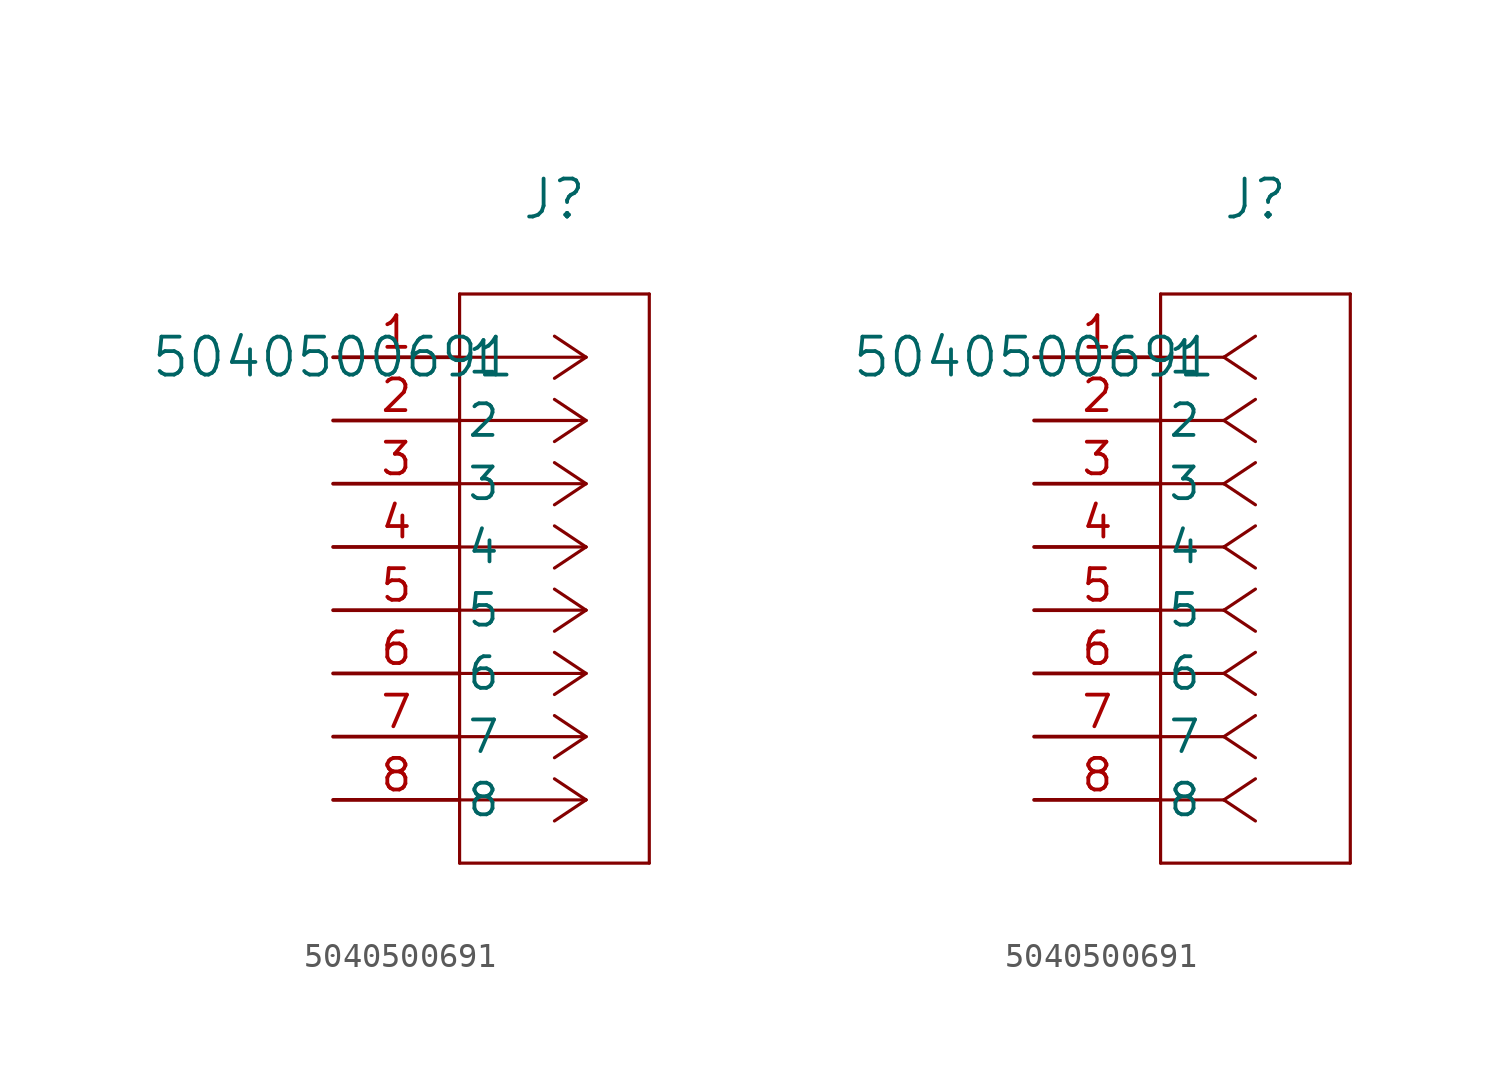
<source format=kicad_sym>
(kicad_symbol_lib
  (version 20211014)
  (generator kicad_symbol_editor)
  (symbol "5040500691"
    (pin_names
      (offset 0.254))
    (property "Reference" "J"
      (at 8.89 6.35 0)
      (effects (font (size 1.524 1.524))))
    (property "Value" "5040500691"
      (at 0 0 0)
      (effects (font (size 1.524 1.524))))
    (symbol "5040500691_1_1"
      (polyline (pts (xy 10.16 0) (xy 5.08 0)) (stroke (width 0.127) (type default) (color 0 0 0 0)) (fill (type none)))
      (polyline (pts (xy 10.16 -2.54) (xy 5.08 -2.54)) (stroke (width 0.127) (type default) (color 0 0 0 0)) (fill (type none)))
      (polyline (pts (xy 10.16 -5.08) (xy 5.08 -5.08)) (stroke (width 0.127) (type default) (color 0 0 0 0)) (fill (type none)))
      (polyline (pts (xy 10.16 -7.62) (xy 5.08 -7.62)) (stroke (width 0.127) (type default) (color 0 0 0 0)) (fill (type none)))
      (polyline (pts (xy 10.16 -10.16) (xy 5.08 -10.16)) (stroke (width 0.127) (type default) (color 0 0 0 0)) (fill (type none)))
      (polyline (pts (xy 10.16 -12.7) (xy 5.08 -12.7)) (stroke (width 0.127) (type default) (color 0 0 0 0)) (fill (type none)))
      (polyline (pts (xy 10.16 -15.24) (xy 5.08 -15.24)) (stroke (width 0.127) (type default) (color 0 0 0 0)) (fill (type none)))
      (polyline (pts (xy 10.16 -17.78) (xy 5.08 -17.78)) (stroke (width 0.127) (type default) (color 0 0 0 0)) (fill (type none)))
      (polyline (pts (xy 10.16 0) (xy 8.89 0.847)) (stroke (width 0.127) (type default) (color 0 0 0 0)) (fill (type none)))
      (polyline (pts (xy 10.16 -2.54) (xy 8.89 -1.693)) (stroke (width 0.127) (type default) (color 0 0 0 0)) (fill (type none)))
      (polyline (pts (xy 10.16 -5.08) (xy 8.89 -4.233)) (stroke (width 0.127) (type default) (color 0 0 0 0)) (fill (type none)))
      (polyline (pts (xy 10.16 -7.62) (xy 8.89 -6.773)) (stroke (width 0.127) (type default) (color 0 0 0 0)) (fill (type none)))
      (polyline (pts (xy 10.16 -10.16) (xy 8.89 -9.313)) (stroke (width 0.127) (type default) (color 0 0 0 0)) (fill (type none)))
      (polyline (pts (xy 10.16 -12.7) (xy 8.89 -11.853)) (stroke (width 0.127) (type default) (color 0 0 0 0)) (fill (type none)))
      (polyline (pts (xy 10.16 -15.24) (xy 8.89 -14.393)) (stroke (width 0.127) (type default) (color 0 0 0 0)) (fill (type none)))
      (polyline (pts (xy 10.16 -17.78) (xy 8.89 -16.933)) (stroke (width 0.127) (type default) (color 0 0 0 0)) (fill (type none)))
      (polyline (pts (xy 10.16 0) (xy 8.89 -0.847)) (stroke (width 0.127) (type default) (color 0 0 0 0)) (fill (type none)))
      (polyline (pts (xy 10.16 -2.54) (xy 8.89 -3.387)) (stroke (width 0.127) (type default) (color 0 0 0 0)) (fill (type none)))
      (polyline (pts (xy 10.16 -5.08) (xy 8.89 -5.927)) (stroke (width 0.127) (type default) (color 0 0 0 0)) (fill (type none)))
      (polyline (pts (xy 10.16 -7.62) (xy 8.89 -8.467)) (stroke (width 0.127) (type default) (color 0 0 0 0)) (fill (type none)))
      (polyline (pts (xy 10.16 -10.16) (xy 8.89 -11.007)) (stroke (width 0.127) (type default) (color 0 0 0 0)) (fill (type none)))
      (polyline (pts (xy 10.16 -12.7) (xy 8.89 -13.547)) (stroke (width 0.127) (type default) (color 0 0 0 0)) (fill (type none)))
      (polyline (pts (xy 10.16 -15.24) (xy 8.89 -16.087)) (stroke (width 0.127) (type default) (color 0 0 0 0)) (fill (type none)))
      (polyline (pts (xy 10.16 -17.78) (xy 8.89 -18.627)) (stroke (width 0.127) (type default) (color 0 0 0 0)) (fill (type none)))
      (polyline (pts (xy 5.08 2.54) (xy 5.08 -20.32)) (stroke (width 0.127) (type default) (color 0 0 0 0)) (fill (type none)))
      (polyline (pts (xy 5.08 -20.32) (xy 12.7 -20.32)) (stroke (width 0.127) (type default) (color 0 0 0 0)) (fill (type none)))
      (polyline (pts (xy 12.7 -20.32) (xy 12.7 2.54)) (stroke (width 0.127) (type default) (color 0 0 0 0)) (fill (type none)))
      (polyline (pts (xy 12.7 2.54) (xy 5.08 2.54)) (stroke (width 0.127) (type default) (color 0 0 0 0)) (fill (type none)))
      (pin unspecified line (at 0 0 0) (length 5.08) (name "1" (effects (font (size 1.27 1.27)))) (number "1" (effects (font (size 1.27 1.27)))))
      (pin unspecified line (at 0 -2.54 0) (length 5.08) (name "2" (effects (font (size 1.27 1.27)))) (number "2" (effects (font (size 1.27 1.27)))))
      (pin unspecified line (at 0 -5.08 0) (length 5.08) (name "3" (effects (font (size 1.27 1.27)))) (number "3" (effects (font (size 1.27 1.27)))))
      (pin unspecified line (at 0 -7.62 0) (length 5.08) (name "4" (effects (font (size 1.27 1.27)))) (number "4" (effects (font (size 1.27 1.27)))))
      (pin unspecified line (at 0 -10.16 0) (length 5.08) (name "5" (effects (font (size 1.27 1.27)))) (number "5" (effects (font (size 1.27 1.27)))))
      (pin unspecified line (at 0 -12.7 0) (length 5.08) (name "6" (effects (font (size 1.27 1.27)))) (number "6" (effects (font (size 1.27 1.27)))))
      (pin unspecified line (at 0 -15.24 0) (length 5.08) (name "7" (effects (font (size 1.27 1.27)))) (number "7" (effects (font (size 1.27 1.27)))))
      (pin unspecified line (at 0 -17.78 0) (length 5.08) (name "8" (effects (font (size 1.27 1.27)))) (number "8" (effects (font (size 1.27 1.27))))))
    (symbol "5040500691_1_2"
      (polyline (pts (xy 7.62 0) (xy 5.08 0)) (stroke (width 0.127) (type default) (color 0 0 0 0)) (fill (type none)))
      (polyline (pts (xy 7.62 -2.54) (xy 5.08 -2.54)) (stroke (width 0.127) (type default) (color 0 0 0 0)) (fill (type none)))
      (polyline (pts (xy 7.62 -5.08) (xy 5.08 -5.08)) (stroke (width 0.127) (type default) (color 0 0 0 0)) (fill (type none)))
      (polyline (pts (xy 7.62 -7.62) (xy 5.08 -7.62)) (stroke (width 0.127) (type default) (color 0 0 0 0)) (fill (type none)))
      (polyline (pts (xy 7.62 -10.16) (xy 5.08 -10.16)) (stroke (width 0.127) (type default) (color 0 0 0 0)) (fill (type none)))
      (polyline (pts (xy 7.62 -12.7) (xy 5.08 -12.7)) (stroke (width 0.127) (type default) (color 0 0 0 0)) (fill (type none)))
      (polyline (pts (xy 7.62 -15.24) (xy 5.08 -15.24)) (stroke (width 0.127) (type default) (color 0 0 0 0)) (fill (type none)))
      (polyline (pts (xy 7.62 -17.78) (xy 5.08 -17.78)) (stroke (width 0.127) (type default) (color 0 0 0 0)) (fill (type none)))
      (polyline (pts (xy 7.62 0) (xy 8.89 0.847)) (stroke (width 0.127) (type default) (color 0 0 0 0)) (fill (type none)))
      (polyline (pts (xy 7.62 -2.54) (xy 8.89 -1.693)) (stroke (width 0.127) (type default) (color 0 0 0 0)) (fill (type none)))
      (polyline (pts (xy 7.62 -5.08) (xy 8.89 -4.233)) (stroke (width 0.127) (type default) (color 0 0 0 0)) (fill (type none)))
      (polyline (pts (xy 7.62 -7.62) (xy 8.89 -6.773)) (stroke (width 0.127) (type default) (color 0 0 0 0)) (fill (type none)))
      (polyline (pts (xy 7.62 -10.16) (xy 8.89 -9.313)) (stroke (width 0.127) (type default) (color 0 0 0 0)) (fill (type none)))
      (polyline (pts (xy 7.62 -12.7) (xy 8.89 -11.853)) (stroke (width 0.127) (type default) (color 0 0 0 0)) (fill (type none)))
      (polyline (pts (xy 7.62 -15.24) (xy 8.89 -14.393)) (stroke (width 0.127) (type default) (color 0 0 0 0)) (fill (type none)))
      (polyline (pts (xy 7.62 -17.78) (xy 8.89 -16.933)) (stroke (width 0.127) (type default) (color 0 0 0 0)) (fill (type none)))
      (polyline (pts (xy 7.62 0) (xy 8.89 -0.847)) (stroke (width 0.127) (type default) (color 0 0 0 0)) (fill (type none)))
      (polyline (pts (xy 7.62 -2.54) (xy 8.89 -3.387)) (stroke (width 0.127) (type default) (color 0 0 0 0)) (fill (type none)))
      (polyline (pts (xy 7.62 -5.08) (xy 8.89 -5.927)) (stroke (width 0.127) (type default) (color 0 0 0 0)) (fill (type none)))
      (polyline (pts (xy 7.62 -7.62) (xy 8.89 -8.467)) (stroke (width 0.127) (type default) (color 0 0 0 0)) (fill (type none)))
      (polyline (pts (xy 7.62 -10.16) (xy 8.89 -11.007)) (stroke (width 0.127) (type default) (color 0 0 0 0)) (fill (type none)))
      (polyline (pts (xy 7.62 -12.7) (xy 8.89 -13.547)) (stroke (width 0.127) (type default) (color 0 0 0 0)) (fill (type none)))
      (polyline (pts (xy 7.62 -15.24) (xy 8.89 -16.087)) (stroke (width 0.127) (type default) (color 0 0 0 0)) (fill (type none)))
      (polyline (pts (xy 7.62 -17.78) (xy 8.89 -18.627)) (stroke (width 0.127) (type default) (color 0 0 0 0)) (fill (type none)))
      (polyline (pts (xy 5.08 2.54) (xy 5.08 -20.32)) (stroke (width 0.127) (type default) (color 0 0 0 0)) (fill (type none)))
      (polyline (pts (xy 5.08 -20.32) (xy 12.7 -20.32)) (stroke (width 0.127) (type default) (color 0 0 0 0)) (fill (type none)))
      (polyline (pts (xy 12.7 -20.32) (xy 12.7 2.54)) (stroke (width 0.127) (type default) (color 0 0 0 0)) (fill (type none)))
      (polyline (pts (xy 12.7 2.54) (xy 5.08 2.54)) (stroke (width 0.127) (type default) (color 0 0 0 0)) (fill (type none)))
      (pin unspecified line (at 0 0 0) (length 5.08) (name "1" (effects (font (size 1.27 1.27)))) (number "1" (effects (font (size 1.27 1.27)))))
      (pin unspecified line (at 0 -2.54 0) (length 5.08) (name "2" (effects (font (size 1.27 1.27)))) (number "2" (effects (font (size 1.27 1.27)))))
      (pin unspecified line (at 0 -5.08 0) (length 5.08) (name "3" (effects (font (size 1.27 1.27)))) (number "3" (effects (font (size 1.27 1.27)))))
      (pin unspecified line (at 0 -7.62 0) (length 5.08) (name "4" (effects (font (size 1.27 1.27)))) (number "4" (effects (font (size 1.27 1.27)))))
      (pin unspecified line (at 0 -10.16 0) (length 5.08) (name "5" (effects (font (size 1.27 1.27)))) (number "5" (effects (font (size 1.27 1.27)))))
      (pin unspecified line (at 0 -12.7 0) (length 5.08) (name "6" (effects (font (size 1.27 1.27)))) (number "6" (effects (font (size 1.27 1.27)))))
      (pin unspecified line (at 0 -15.24 0) (length 5.08) (name "7" (effects (font (size 1.27 1.27)))) (number "7" (effects (font (size 1.27 1.27)))))
      (pin unspecified line (at 0 -17.78 0) (length 5.08) (name "8" (effects (font (size 1.27 1.27)))) (number "8" (effects (font (size 1.27 1.27))))))))
</source>
